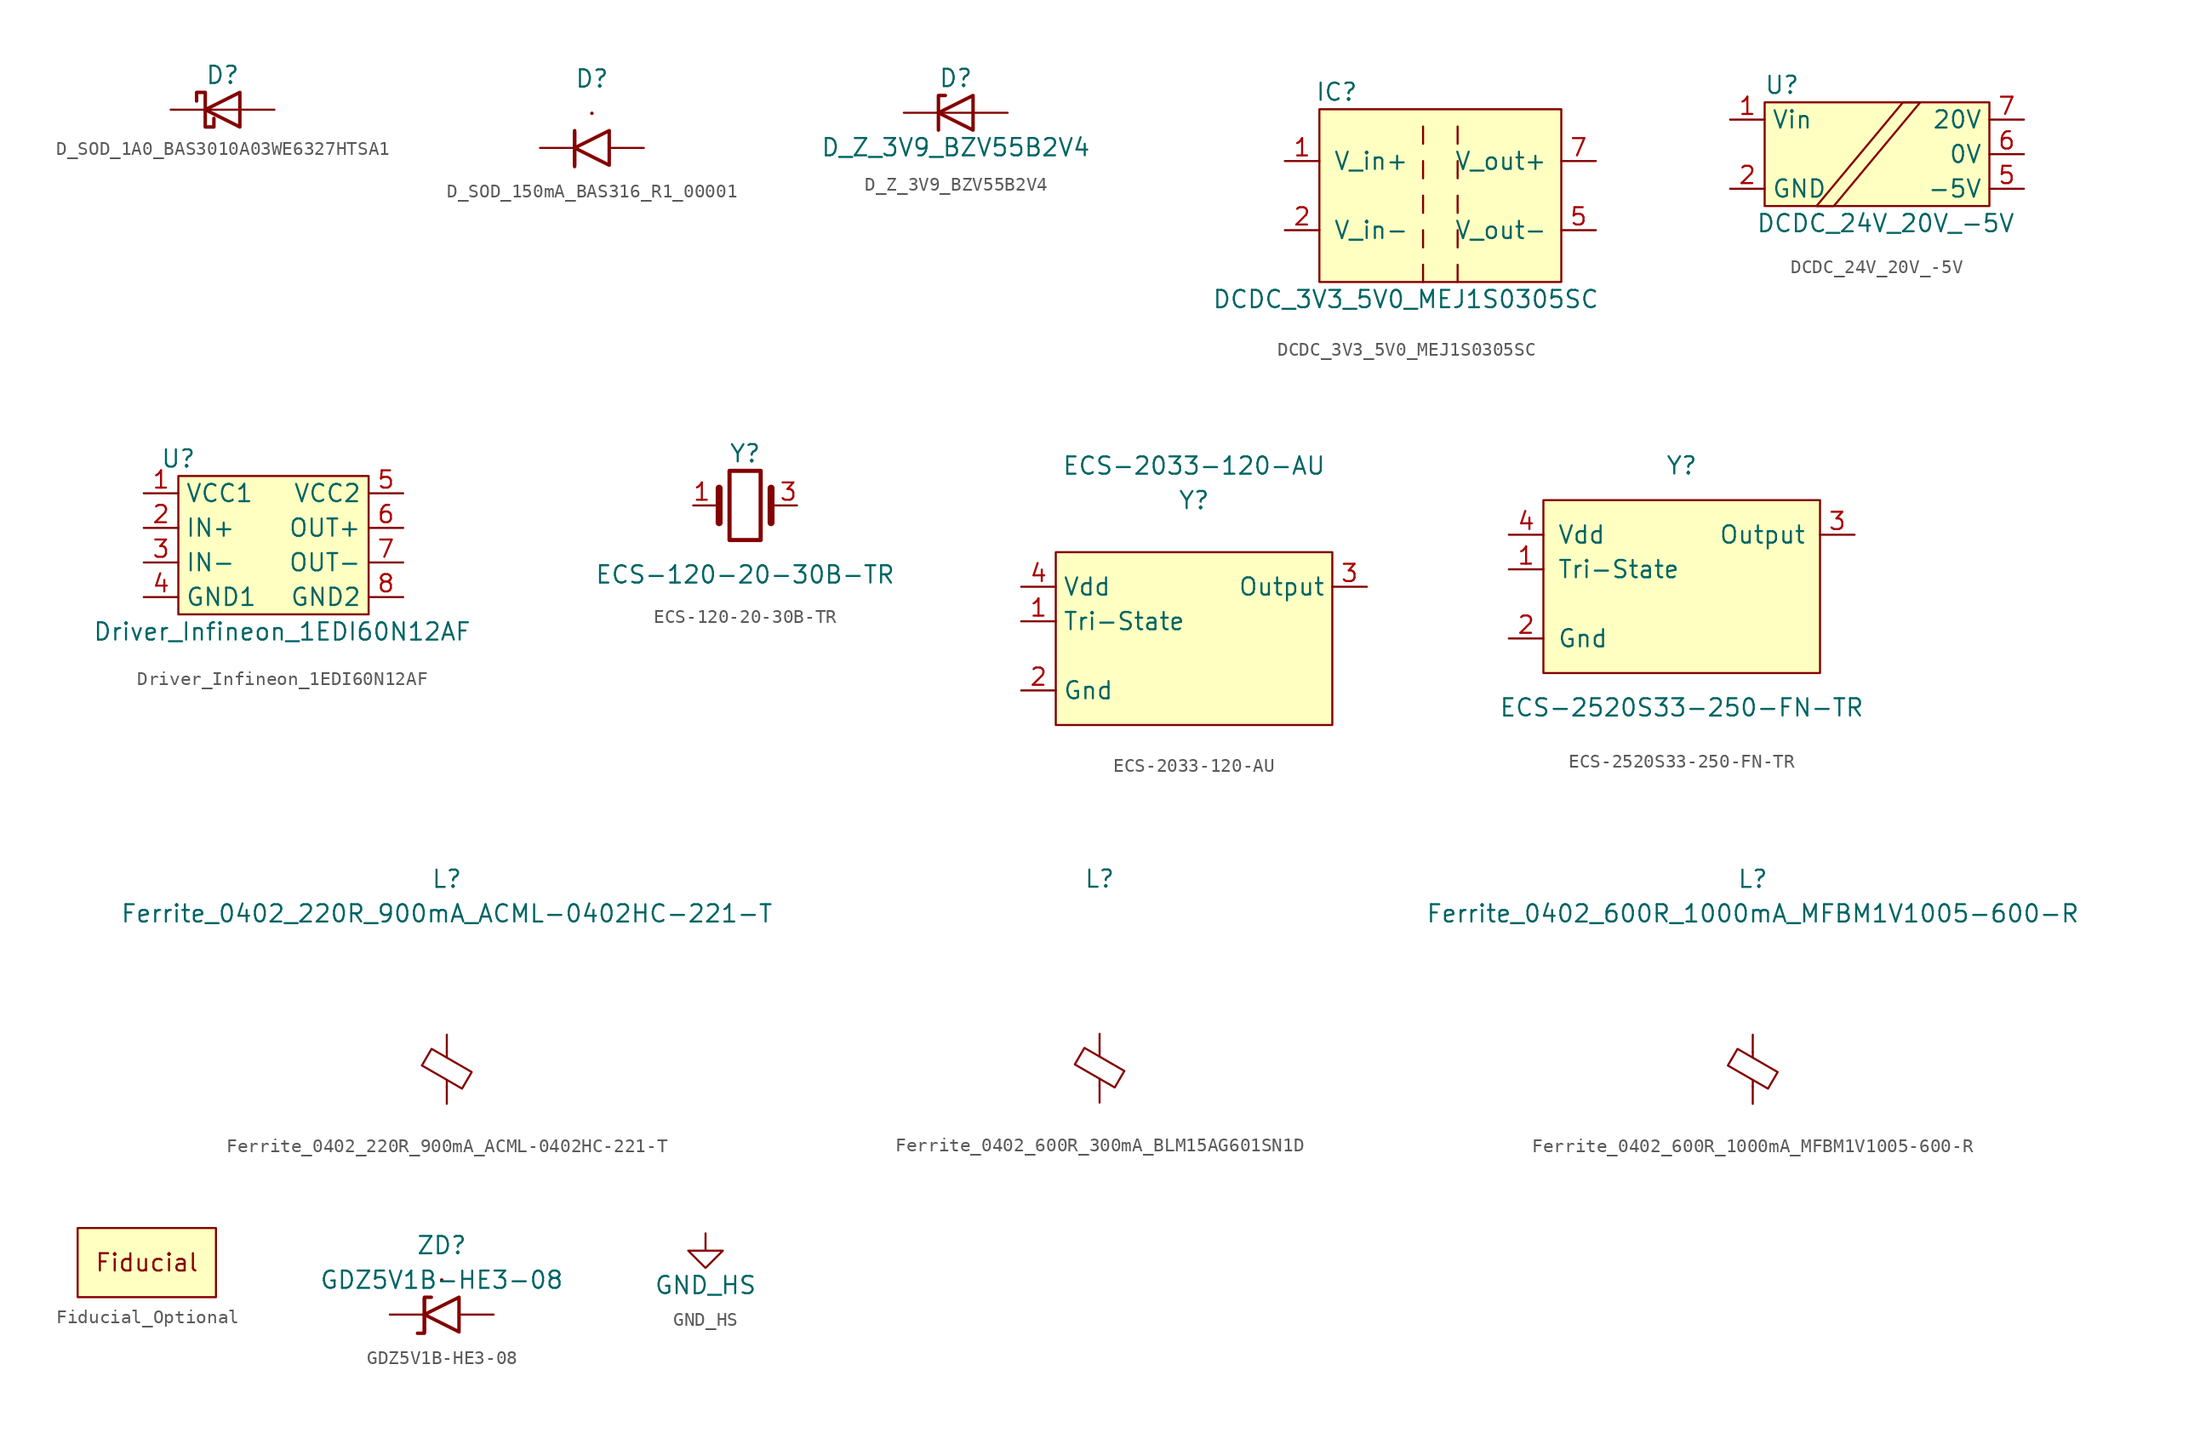
<source format=kicad_sym>
(kicad_symbol_lib
  (version 20211014)
  (generator kicad_symbol_editor)
  (symbol "D_SOD_1A0_BAS3010A03WE6327HTSA1"
    (pin_numbers hide)
    (pin_names
      (offset 1.016) hide)
    (property "Reference" "D"
      (at 0 2.54 0)
      (effects (font (size 1.27 1.27))))
    (symbol "D_SOD_1A0_BAS3010A03WE6327HTSA1_1_1"
      (polyline (pts (xy 1.27 0) (xy -1.27 0)) (stroke (width 0) (type default) (color 0 0 0 0)) (fill (type none)))
      (polyline (pts (xy 1.27 1.27) (xy 1.27 -1.27) (xy -1.27 0) (xy 1.27 1.27)) (stroke (width 0.254) (type default) (color 0 0 0 0)) (fill (type none)))
      (polyline (pts (xy -1.905 0.635) (xy -1.905 1.27) (xy -1.27 1.27) (xy -1.27 -1.27) (xy -0.635 -1.27) (xy -0.635 -0.635)) (stroke (width 0.254) (type default) (color 0 0 0 0)) (fill (type none)))
      (pin power_in line (at 3.81 0 180) (length 2.54) (name "A" (effects (font (size 1.27 1.27)))) (number "A" (effects (font (size 1.27 1.27)))))
      (pin passive line (at -3.81 0 0) (length 2.54) (name "C" (effects (font (size 1.27 1.27)))) (number "C" (effects (font (size 1.27 1.27)))))))
  (symbol "D_SOD_150mA_BAS316_R1_00001"
    (pin_numbers hide)
    (pin_names
      (offset 1.016) hide)
    (property "Reference" "D"
      (at 0 5.08 0)
      (effects (font (size 1.27 1.27))))
    (symbol "D_SOD_150mA_BAS316_R1_00001_1_1"
      (polyline (pts (xy -1.27 -1.27) (xy -1.27 1.27)) (stroke (width 0.254) (type default) (color 0 0 0 0)) (fill (type none)))
      (polyline (pts (xy 0 2.54) (xy 0 2.54)) (stroke (width 0.254) (type default) (color 0 0 0 0)) (fill (type none)))
      (polyline (pts (xy -1.27 1.168) (xy -1.27 -1.372) (xy -1.27 -1.27)) (stroke (width 0.254) (type default) (color 0 0 0 0)) (fill (type none)))
      (polyline (pts (xy 1.27 -1.27) (xy 1.27 1.27) (xy -1.27 0) (xy 1.27 -1.27)) (stroke (width 0.254) (type default) (color 0 0 0 0)) (fill (type none)))
      (pin passive line (at 3.81 0 180) (length 2.54) (name "A" (effects (font (size 1.27 1.27)))) (number "A" (effects (font (size 1.27 1.27)))))
      (pin passive line (at -3.81 0 0) (length 2.54) (name "C" (effects (font (size 1.27 1.27)))) (number "C" (effects (font (size 1.27 1.27)))))))
  (symbol "D_Z_3V9_BZV55B2V4"
    (pin_numbers hide)
    (pin_names hide)
    (property "Reference" "D"
      (at 0 2.54 0)
      (effects (font (size 1.27 1.27))))
    (property "Value" "D_Z_3V9_BZV55B2V4"
      (at 0 -2.54 0)
      (effects (font (size 1.27 1.27))))
    (symbol "D_Z_3V9_BZV55B2V4_0_1"
      (polyline (pts (xy 1.27 0) (xy -1.27 0)) (stroke (width 0) (type default) (color 0 0 0 0)) (fill (type none)))
      (polyline (pts (xy -1.27 -1.27) (xy -1.27 1.27) (xy -0.762 1.27)) (stroke (width 0.254) (type default) (color 0 0 0 0)) (fill (type none)))
      (polyline (pts (xy 1.27 -1.27) (xy 1.27 1.27) (xy -1.27 0) (xy 1.27 -1.27)) (stroke (width 0.254) (type default) (color 0 0 0 0)) (fill (type none))))
    (symbol "D_Z_3V9_BZV55B2V4_1_1"
      (pin passive line (at 3.81 0 180) (length 2.54) (name "A" (effects (font (size 1.27 1.27)))) (number "1" (effects (font (size 1.27 1.27)))))
      (pin passive line (at -3.81 0 0) (length 2.54) (name "K" (effects (font (size 1.27 1.27)))) (number "2" (effects (font (size 1.27 1.27)))))))
  (symbol "DCDC_3V3_5V0_MEJ1S0305SC"
    (pin_names
      (offset 1.016))
    (property "Reference" "IC"
      (at -7.62 8.89 0)
      (effects (font (size 1.27 1.27))))
    (property "Value" "DCDC_3V3_5V0_MEJ1S0305SC"
      (at -2.54 -6.35 0)
      (effects (font (size 1.27 1.27))))
    (symbol "DCDC_3V3_5V0_MEJ1S0305SC_1_1"
      (rectangle (start -8.89 7.62) (end 8.89 -5.08) (stroke (width 0) (type default) (color 0 0 0 0)) (fill (type background)))
      (rectangle (start -1.27 -3.81) (end -1.27 -5.08) (stroke (width 0) (type default) (color 0 0 0 0)) (fill (type none)))
      (rectangle (start -1.27 -1.27) (end -1.27 -2.54) (stroke (width 0) (type default) (color 0 0 0 0)) (fill (type none)))
      (rectangle (start -1.27 1.27) (end -1.27 0) (stroke (width 0) (type default) (color 0 0 0 0)) (fill (type none)))
      (rectangle (start -1.27 3.81) (end -1.27 2.54) (stroke (width 0) (type default) (color 0 0 0 0)) (fill (type none)))
      (rectangle (start -1.27 6.35) (end -1.27 5.08) (stroke (width 0) (type default) (color 0 0 0 0)) (fill (type none)))
      (rectangle (start 1.27 -3.81) (end 1.27 -5.08) (stroke (width 0) (type default) (color 0 0 0 0)) (fill (type none)))
      (rectangle (start 1.27 -1.27) (end 1.27 -2.54) (stroke (width 0) (type default) (color 0 0 0 0)) (fill (type none)))
      (rectangle (start 1.27 1.27) (end 1.27 0) (stroke (width 0) (type default) (color 0 0 0 0)) (fill (type none)))
      (rectangle (start 1.27 3.81) (end 1.27 2.54) (stroke (width 0) (type default) (color 0 0 0 0)) (fill (type none)))
      (rectangle (start 1.27 6.35) (end 1.27 5.08) (stroke (width 0) (type default) (color 0 0 0 0)) (fill (type none)))
      (pin power_in line (at -11.43 3.81 0) (length 2.54) (name "V_in+" (effects (font (size 1.27 1.27)))) (number "1" (effects (font (size 1.27 1.27)))))
      (pin power_in line (at -11.43 -1.27 0) (length 2.54) (name "V_in-" (effects (font (size 1.27 1.27)))) (number "2" (effects (font (size 1.27 1.27)))))
      (pin power_out line (at 11.43 -1.27 180) (length 2.54) (name "V_out-" (effects (font (size 1.27 1.27)))) (number "5" (effects (font (size 1.27 1.27)))))
      (pin power_out line (at 11.43 3.81 180) (length 2.54) (name "V_out+" (effects (font (size 1.27 1.27)))) (number "7" (effects (font (size 1.27 1.27)))))))
  (symbol "DCDC_24V_20V_-5V"
    (property "Reference" "U"
      (at -6.35 5.08 0)
      (effects (font (size 1.27 1.27))))
    (property "Value" "DCDC_24V_20V_-5V"
      (at 1.27 -5.08 0)
      (effects (font (size 1.27 1.27))))
    (symbol "DCDC_24V_20V_-5V_0_1"
      (rectangle (start -7.62 3.81) (end 8.89 -3.81) (stroke (width 0) (type default) (color 0 0 0 0)) (fill (type background)))
      (polyline (pts (xy -3.81 -3.81) (xy 2.54 3.81) (xy 3.81 3.81) (xy -2.54 -3.81) (xy -3.81 -3.81)) (stroke (width 0) (type default) (color 0 0 0 0)) (fill (type none))))
    (symbol "DCDC_24V_20V_-5V_1_1"
      (pin power_in line (at -10.16 2.54 0) (length 2.54) (name "Vin" (effects (font (size 1.27 1.27)))) (number "1" (effects (font (size 1.27 1.27)))))
      (pin power_in line (at -10.16 -2.54 0) (length 2.54) (name "GND" (effects (font (size 1.27 1.27)))) (number "2" (effects (font (size 1.27 1.27)))))
      (pin power_out line (at 11.43 -2.54 180) (length 2.54) (name "-5V" (effects (font (size 1.27 1.27)))) (number "5" (effects (font (size 1.27 1.27)))))
      (pin power_out line (at 11.43 0 180) (length 2.54) (name "0V" (effects (font (size 1.27 1.27)))) (number "6" (effects (font (size 1.27 1.27)))))
      (pin power_out line (at 11.43 2.54 180) (length 2.54) (name "20V" (effects (font (size 1.27 1.27)))) (number "7" (effects (font (size 1.27 1.27)))))))
  (symbol "Driver_Infineon_1EDI60N12AF"
    (property "Reference" "U"
      (at -6.35 6.35 0)
      (effects (font (size 1.27 1.27))))
    (property "Value" "Driver_Infineon_1EDI60N12AF"
      (at 1.27 -6.35 0)
      (effects (font (size 1.27 1.27))))
    (symbol "Driver_Infineon_1EDI60N12AF_0_1"
      (rectangle (start -6.35 5.08) (end 7.62 -5.08) (stroke (width 0) (type default) (color 0 0 0 0)) (fill (type background))))
    (symbol "Driver_Infineon_1EDI60N12AF_1_1"
      (pin power_in line (at -8.89 3.81 0) (length 2.54) (name "VCC1" (effects (font (size 1.27 1.27)))) (number "1" (effects (font (size 1.27 1.27)))))
      (pin input line (at -8.89 1.27 0) (length 2.54) (name "IN+" (effects (font (size 1.27 1.27)))) (number "2" (effects (font (size 1.27 1.27)))))
      (pin input line (at -8.89 -1.27 0) (length 2.54) (name "IN-" (effects (font (size 1.27 1.27)))) (number "3" (effects (font (size 1.27 1.27)))))
      (pin power_in line (at -8.89 -3.81 0) (length 2.54) (name "GND1" (effects (font (size 1.27 1.27)))) (number "4" (effects (font (size 1.27 1.27)))))
      (pin power_in line (at 10.16 3.81 180) (length 2.54) (name "VCC2" (effects (font (size 1.27 1.27)))) (number "5" (effects (font (size 1.27 1.27)))))
      (pin output line (at 10.16 1.27 180) (length 2.54) (name "OUT+" (effects (font (size 1.27 1.27)))) (number "6" (effects (font (size 1.27 1.27)))))
      (pin output line (at 10.16 -1.27 180) (length 2.54) (name "OUT-" (effects (font (size 1.27 1.27)))) (number "7" (effects (font (size 1.27 1.27)))))
      (pin power_in line (at 10.16 -3.81 180) (length 2.54) (name "GND2" (effects (font (size 1.27 1.27)))) (number "8" (effects (font (size 1.27 1.27)))))))
  (symbol "ECS-120-20-30B-TR"
    (pin_names hide)
    (property "Reference" "Y"
      (at 0 5.08 0)
      (effects (font (size 1.27 1.27))))
    (property "Value" "ECS-120-20-30B-TR"
      (at 0 -3.81 0)
      (effects (font (size 1.27 1.27))))
    (symbol "ECS-120-20-30B-TR_1_1"
      (rectangle (start -1.143 3.81) (end 1.143 -1.27) (stroke (width 0.305) (type default) (color 0 0 0 0)) (fill (type none)))
      (polyline (pts (xy -2.54 1.27) (xy -1.905 1.27)) (stroke (width 0) (type default) (color 0 0 0 0)) (fill (type none)))
      (polyline (pts (xy -1.905 0) (xy -1.905 2.54)) (stroke (width 0.508) (type default) (color 0 0 0 0)) (fill (type none)))
      (polyline (pts (xy 1.905 0) (xy 1.905 2.54)) (stroke (width 0.508) (type default) (color 0 0 0 0)) (fill (type none)))
      (polyline (pts (xy 2.54 1.27) (xy 1.905 1.27)) (stroke (width 0) (type default) (color 0 0 0 0)) (fill (type none)))
      (pin passive line (at -3.81 1.27 0) (length 1.27) (name "1" (effects (font (size 1.27 1.27)))) (number "1" (effects (font (size 1.27 1.27)))))
      (pin passive line (at 3.81 1.27 180) (length 1.27) (name "3" (effects (font (size 1.27 1.27)))) (number "3" (effects (font (size 1.27 1.27)))))))
  (symbol "ECS-2033-120-AU"
    (property "Reference" "Y"
      (at 0 10.16 0)
      (effects (font (size 1.27 1.27))))
    (property "Value" "ECS-2033-120-AU"
      (at 0 12.7 0)
      (effects (font (size 1.27 1.27))))
    (symbol "ECS-2033-120-AU_0_1"
      (rectangle (start -10.16 6.35) (end 10.16 -6.35) (stroke (width 0) (type default) (color 0 0 0 0)) (fill (type background))))
    (symbol "ECS-2033-120-AU_1_1"
      (pin passive line (at -12.7 1.27 0) (length 2.54) (name "Tri-State" (effects (font (size 1.27 1.27)))) (number "1" (effects (font (size 1.27 1.27)))))
      (pin power_in line (at -12.7 -3.81 0) (length 2.54) (name "Gnd" (effects (font (size 1.27 1.27)))) (number "2" (effects (font (size 1.27 1.27)))))
      (pin output line (at 12.7 3.81 180) (length 2.54) (name "Output" (effects (font (size 1.27 1.27)))) (number "3" (effects (font (size 1.27 1.27)))))
      (pin power_in line (at -12.7 3.81 0) (length 2.54) (name "Vdd" (effects (font (size 1.27 1.27)))) (number "4" (effects (font (size 1.27 1.27)))))))
  (symbol "ECS-2520S33-250-FN-TR"
    (pin_names
      (offset 1.016))
    (property "Reference" "Y"
      (at 0 7.62 0)
      (effects (font (size 1.27 1.27))))
    (property "Value" "ECS-2520S33-250-FN-TR"
      (at 0 -10.16 0)
      (effects (font (size 1.27 1.27))))
    (symbol "ECS-2520S33-250-FN-TR_0_1"
      (rectangle (start -10.16 5.08) (end 10.16 -7.62) (stroke (width 0) (type default) (color 0 0 0 0)) (fill (type background))))
    (symbol "ECS-2520S33-250-FN-TR_1_1"
      (pin passive line (at -12.7 0 0) (length 2.54) (name "Tri-State" (effects (font (size 1.27 1.27)))) (number "1" (effects (font (size 1.27 1.27)))))
      (pin power_in line (at -12.7 -5.08 0) (length 2.54) (name "Gnd" (effects (font (size 1.27 1.27)))) (number "2" (effects (font (size 1.27 1.27)))))
      (pin output line (at 12.7 2.54 180) (length 2.54) (name "Output" (effects (font (size 1.27 1.27)))) (number "3" (effects (font (size 1.27 1.27)))))
      (pin power_in line (at -12.7 2.54 0) (length 2.54) (name "Vdd" (effects (font (size 1.27 1.27)))) (number "4" (effects (font (size 1.27 1.27)))))))
  (symbol "Ferrite_0402_220R_900mA_ACML-0402HC-221-T"
    (pin_numbers hide)
    (pin_names
      (offset 1.016) hide)
    (property "Reference" "L"
      (at 0 13.97 0)
      (effects (font (size 1.27 1.27))))
    (property "Value" "Ferrite_0402_220R_900mA_ACML-0402HC-221-T"
      (at 0 11.43 0)
      (effects (font (size 1.27 1.27))))
    (symbol "Ferrite_0402_220R_900mA_ACML-0402HC-221-T_1_1"
      (polyline (pts (xy 0 -1.27) (xy 0 -0.787)) (stroke (width 0) (type default) (color 0 0 0 0)) (fill (type none)))
      (polyline (pts (xy 0 0.889) (xy 0 1.295)) (stroke (width 0) (type default) (color 0 0 0 0)) (fill (type none)))
      (polyline (pts (xy -1.829 0.279) (xy -1.118 1.499) (xy 1.829 -0.203) (xy 1.118 -1.422) (xy -1.829 0.279)) (stroke (width 0) (type default) (color 0 0 0 0)) (fill (type none)))
      (pin passive line (at 0 2.54 270) (length 1.27) (name "1" (effects (font (size 1.27 1.27)))) (number "1" (effects (font (size 1.27 1.27)))))
      (pin passive line (at 0 -2.54 90) (length 1.27) (name "2" (effects (font (size 1.27 1.27)))) (number "2" (effects (font (size 1.27 1.27)))))))
  (symbol "Ferrite_0402_600R_300mA_BLM15AG601SN1D"
    (pin_numbers hide)
    (pin_names
      (offset 1.016) hide)
    (property "Reference" "L"
      (at 0 13.97 0)
      (effects (font (size 1.27 1.27))))
    (symbol "Ferrite_0402_600R_300mA_BLM15AG601SN1D_1_1"
      (polyline (pts (xy 0 -1.27) (xy 0 -0.787)) (stroke (width 0) (type default) (color 0 0 0 0)) (fill (type none)))
      (polyline (pts (xy 0 0.889) (xy 0 1.295)) (stroke (width 0) (type default) (color 0 0 0 0)) (fill (type none)))
      (polyline (pts (xy -1.829 0.279) (xy -1.118 1.499) (xy 1.829 -0.203) (xy 1.118 -1.422) (xy -1.829 0.279)) (stroke (width 0) (type default) (color 0 0 0 0)) (fill (type none)))
      (pin passive line (at 0 2.54 270) (length 1.27) (name "1" (effects (font (size 1.27 1.27)))) (number "1" (effects (font (size 1.27 1.27)))))
      (pin passive line (at 0 -2.54 90) (length 1.27) (name "2" (effects (font (size 1.27 1.27)))) (number "2" (effects (font (size 1.27 1.27)))))))
  (symbol "Ferrite_0402_600R_1000mA_MFBM1V1005-600-R"
    (pin_numbers hide)
    (pin_names
      (offset 1.016) hide)
    (property "Reference" "L"
      (at 0 13.97 0)
      (effects (font (size 1.27 1.27))))
    (property "Value" "Ferrite_0402_600R_1000mA_MFBM1V1005-600-R"
      (at 0 11.43 0)
      (effects (font (size 1.27 1.27))))
    (symbol "Ferrite_0402_600R_1000mA_MFBM1V1005-600-R_1_1"
      (polyline (pts (xy 0 -1.27) (xy 0 -0.787)) (stroke (width 0) (type default) (color 0 0 0 0)) (fill (type none)))
      (polyline (pts (xy 0 0.889) (xy 0 1.295)) (stroke (width 0) (type default) (color 0 0 0 0)) (fill (type none)))
      (polyline (pts (xy -1.829 0.279) (xy -1.118 1.499) (xy 1.829 -0.203) (xy 1.118 -1.422) (xy -1.829 0.279)) (stroke (width 0) (type default) (color 0 0 0 0)) (fill (type none)))
      (pin passive line (at 0 2.54 270) (length 1.27) (name "1" (effects (font (size 1.27 1.27)))) (number "1" (effects (font (size 1.27 1.27)))))
      (pin passive line (at 0 -2.54 90) (length 1.27) (name "2" (effects (font (size 1.27 1.27)))) (number "2" (effects (font (size 1.27 1.27)))))))
  (symbol "Fiducial_Optional"
    (pin_numbers hide)
    (pin_names hide)
    (property "Reference" "O"
      (at -3.81 3.81 0)
      (effects (font (size 1.27 1.27)) hide))
    (symbol "Fiducial_Optional_0_0"
      (text "Fiducial" (at 0 0 0) (effects (font (size 1.27 1.27)))))
    (symbol "Fiducial_Optional_0_1"
      (rectangle (start -5.08 2.54) (end 5.08 -2.54) (stroke (width 0) (type default) (color 0 0 0 0)) (fill (type background)))))
  (symbol "GDZ5V1B-HE3-08"
    (pin_numbers hide)
    (pin_names
      (offset 1.016) hide)
    (property "Reference" "ZD"
      (at 0 5.08 0)
      (effects (font (size 1.27 1.27))))
    (property "Value" "GDZ5V1B-HE3-08"
      (at 0 2.54 0)
      (effects (font (size 1.27 1.27))))
    (symbol "GDZ5V1B-HE3-08_1_1"
      (polyline (pts (xy 0 2.54) (xy 0 2.54)) (stroke (width 0.254) (type default) (color 0 0 0 0)) (fill (type none)))
      (polyline (pts (xy -1.27 -1.27) (xy -1.27 1.27) (xy -0.762 1.27)) (stroke (width 0.254) (type default) (color 0 0 0 0)) (fill (type none)))
      (polyline (pts (xy -1.27 1.168) (xy -1.27 -1.372) (xy -1.778 -1.372)) (stroke (width 0.254) (type default) (color 0 0 0 0)) (fill (type none)))
      (polyline (pts (xy 1.27 -1.27) (xy 1.27 1.27) (xy -1.27 0) (xy 1.27 -1.27)) (stroke (width 0.254) (type default) (color 0 0 0 0)) (fill (type none)))
      (pin passive line (at 3.81 0 180) (length 2.54) (name "A" (effects (font (size 1.27 1.27)))) (number "A" (effects (font (size 1.27 1.27)))))
      (pin passive line (at -3.81 0 0) (length 2.54) (name "C" (effects (font (size 1.27 1.27)))) (number "C" (effects (font (size 1.27 1.27)))))))
  (symbol "GND_HS"
    (power)
    (pin_numbers hide)
    (pin_names
      (offset 0))
    (property "Reference" "#PWR"
      (at 2.54 -2.54 90)
      (effects (font (size 1.27 1.27)) hide))
    (property "Value" "GND_HS"
      (at 0 -3.81 0)
      (effects (font (size 1.27 1.27))))
    (symbol "GND_HS_1_1"
      (polyline (pts (xy 0 0) (xy 0 -1.27) (xy 1.27 -1.27) (xy 0 -2.54) (xy -1.27 -1.27) (xy 0 -1.27)) (stroke (width 0) (type default) (color 0 0 0 0)) (fill (type none)))
      (pin power_in line (at 0 0 90) (length 0) hide (name "GND_HS" (effects (font (size 1.27 1.27)))) (number "1" (effects (font (size 1.27 1.27))))))))
</source>
